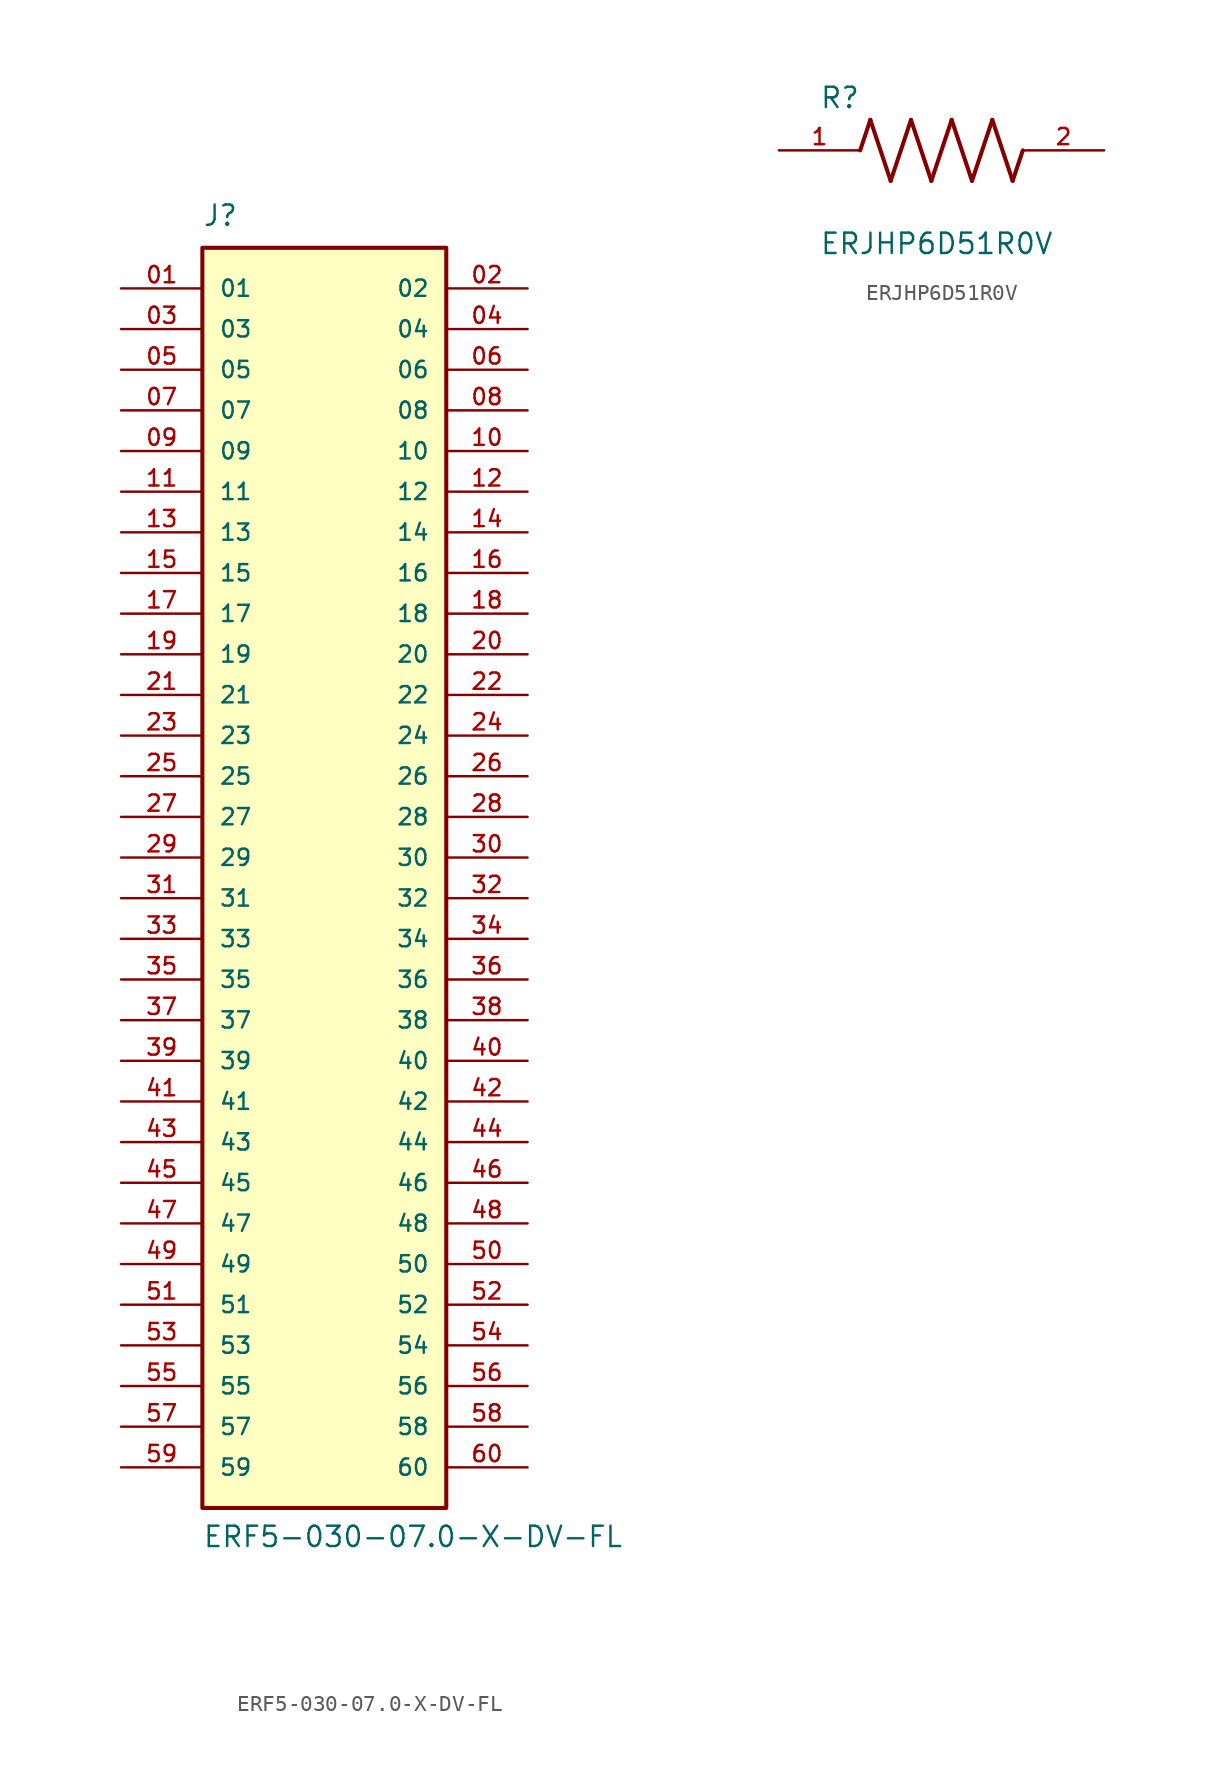
<source format=kicad_sym>
(kicad_symbol_lib
  (version 20231120)
  (generator "kicad_symbol_editor")
  (generator_version "8.0")
  (symbol "ERF5-030-07.0-X-DV-FL"
    (pin_names
      (offset 1.016))
    (property "Reference" "J"
      (at -7.62 39.37 0)
      (effects (font (size 1.27 1.27)) (justify left bottom)))
    (property "Value" "ERF5-030-07.0-X-DV-FL"
      (at -7.62 -43.18 0)
      (effects (font (size 1.27 1.27)) (justify left bottom)))
    (symbol "ERF5-030-07.0-X-DV-FL_0_0"
      (rectangle (start -7.62 -40.64) (end 7.62 38.1) (stroke (width 0.254) (type default)) (fill (type background)))
      (pin passive line (at -12.7 35.56 0) (length 5.08) (name "01" (effects (font (size 1.016 1.016)))) (number "01" (effects (font (size 1.016 1.016)))))
      (pin passive line (at 12.7 35.56 180) (length 5.08) (name "02" (effects (font (size 1.016 1.016)))) (number "02" (effects (font (size 1.016 1.016)))))
      (pin passive line (at -12.7 33.02 0) (length 5.08) (name "03" (effects (font (size 1.016 1.016)))) (number "03" (effects (font (size 1.016 1.016)))))
      (pin passive line (at 12.7 33.02 180) (length 5.08) (name "04" (effects (font (size 1.016 1.016)))) (number "04" (effects (font (size 1.016 1.016)))))
      (pin passive line (at -12.7 30.48 0) (length 5.08) (name "05" (effects (font (size 1.016 1.016)))) (number "05" (effects (font (size 1.016 1.016)))))
      (pin passive line (at 12.7 30.48 180) (length 5.08) (name "06" (effects (font (size 1.016 1.016)))) (number "06" (effects (font (size 1.016 1.016)))))
      (pin passive line (at -12.7 27.94 0) (length 5.08) (name "07" (effects (font (size 1.016 1.016)))) (number "07" (effects (font (size 1.016 1.016)))))
      (pin passive line (at 12.7 27.94 180) (length 5.08) (name "08" (effects (font (size 1.016 1.016)))) (number "08" (effects (font (size 1.016 1.016)))))
      (pin passive line (at -12.7 25.4 0) (length 5.08) (name "09" (effects (font (size 1.016 1.016)))) (number "09" (effects (font (size 1.016 1.016)))))
      (pin passive line (at 12.7 25.4 180) (length 5.08) (name "10" (effects (font (size 1.016 1.016)))) (number "10" (effects (font (size 1.016 1.016)))))
      (pin passive line (at -12.7 22.86 0) (length 5.08) (name "11" (effects (font (size 1.016 1.016)))) (number "11" (effects (font (size 1.016 1.016)))))
      (pin passive line (at 12.7 22.86 180) (length 5.08) (name "12" (effects (font (size 1.016 1.016)))) (number "12" (effects (font (size 1.016 1.016)))))
      (pin passive line (at -12.7 20.32 0) (length 5.08) (name "13" (effects (font (size 1.016 1.016)))) (number "13" (effects (font (size 1.016 1.016)))))
      (pin passive line (at 12.7 20.32 180) (length 5.08) (name "14" (effects (font (size 1.016 1.016)))) (number "14" (effects (font (size 1.016 1.016)))))
      (pin passive line (at -12.7 17.78 0) (length 5.08) (name "15" (effects (font (size 1.016 1.016)))) (number "15" (effects (font (size 1.016 1.016)))))
      (pin passive line (at 12.7 17.78 180) (length 5.08) (name "16" (effects (font (size 1.016 1.016)))) (number "16" (effects (font (size 1.016 1.016)))))
      (pin passive line (at -12.7 15.24 0) (length 5.08) (name "17" (effects (font (size 1.016 1.016)))) (number "17" (effects (font (size 1.016 1.016)))))
      (pin passive line (at 12.7 15.24 180) (length 5.08) (name "18" (effects (font (size 1.016 1.016)))) (number "18" (effects (font (size 1.016 1.016)))))
      (pin passive line (at -12.7 12.7 0) (length 5.08) (name "19" (effects (font (size 1.016 1.016)))) (number "19" (effects (font (size 1.016 1.016)))))
      (pin passive line (at 12.7 12.7 180) (length 5.08) (name "20" (effects (font (size 1.016 1.016)))) (number "20" (effects (font (size 1.016 1.016)))))
      (pin passive line (at -12.7 10.16 0) (length 5.08) (name "21" (effects (font (size 1.016 1.016)))) (number "21" (effects (font (size 1.016 1.016)))))
      (pin passive line (at 12.7 10.16 180) (length 5.08) (name "22" (effects (font (size 1.016 1.016)))) (number "22" (effects (font (size 1.016 1.016)))))
      (pin passive line (at -12.7 7.62 0) (length 5.08) (name "23" (effects (font (size 1.016 1.016)))) (number "23" (effects (font (size 1.016 1.016)))))
      (pin passive line (at 12.7 7.62 180) (length 5.08) (name "24" (effects (font (size 1.016 1.016)))) (number "24" (effects (font (size 1.016 1.016)))))
      (pin passive line (at -12.7 5.08 0) (length 5.08) (name "25" (effects (font (size 1.016 1.016)))) (number "25" (effects (font (size 1.016 1.016)))))
      (pin passive line (at 12.7 5.08 180) (length 5.08) (name "26" (effects (font (size 1.016 1.016)))) (number "26" (effects (font (size 1.016 1.016)))))
      (pin passive line (at -12.7 2.54 0) (length 5.08) (name "27" (effects (font (size 1.016 1.016)))) (number "27" (effects (font (size 1.016 1.016)))))
      (pin passive line (at 12.7 2.54 180) (length 5.08) (name "28" (effects (font (size 1.016 1.016)))) (number "28" (effects (font (size 1.016 1.016)))))
      (pin passive line (at -12.7 0 0) (length 5.08) (name "29" (effects (font (size 1.016 1.016)))) (number "29" (effects (font (size 1.016 1.016)))))
      (pin passive line (at 12.7 0 180) (length 5.08) (name "30" (effects (font (size 1.016 1.016)))) (number "30" (effects (font (size 1.016 1.016)))))
      (pin passive line (at -12.7 -2.54 0) (length 5.08) (name "31" (effects (font (size 1.016 1.016)))) (number "31" (effects (font (size 1.016 1.016)))))
      (pin passive line (at 12.7 -2.54 180) (length 5.08) (name "32" (effects (font (size 1.016 1.016)))) (number "32" (effects (font (size 1.016 1.016)))))
      (pin passive line (at -12.7 -5.08 0) (length 5.08) (name "33" (effects (font (size 1.016 1.016)))) (number "33" (effects (font (size 1.016 1.016)))))
      (pin passive line (at 12.7 -5.08 180) (length 5.08) (name "34" (effects (font (size 1.016 1.016)))) (number "34" (effects (font (size 1.016 1.016)))))
      (pin passive line (at -12.7 -7.62 0) (length 5.08) (name "35" (effects (font (size 1.016 1.016)))) (number "35" (effects (font (size 1.016 1.016)))))
      (pin passive line (at 12.7 -7.62 180) (length 5.08) (name "36" (effects (font (size 1.016 1.016)))) (number "36" (effects (font (size 1.016 1.016)))))
      (pin passive line (at -12.7 -10.16 0) (length 5.08) (name "37" (effects (font (size 1.016 1.016)))) (number "37" (effects (font (size 1.016 1.016)))))
      (pin passive line (at 12.7 -10.16 180) (length 5.08) (name "38" (effects (font (size 1.016 1.016)))) (number "38" (effects (font (size 1.016 1.016)))))
      (pin passive line (at -12.7 -12.7 0) (length 5.08) (name "39" (effects (font (size 1.016 1.016)))) (number "39" (effects (font (size 1.016 1.016)))))
      (pin passive line (at 12.7 -12.7 180) (length 5.08) (name "40" (effects (font (size 1.016 1.016)))) (number "40" (effects (font (size 1.016 1.016)))))
      (pin passive line (at -12.7 -15.24 0) (length 5.08) (name "41" (effects (font (size 1.016 1.016)))) (number "41" (effects (font (size 1.016 1.016)))))
      (pin passive line (at 12.7 -15.24 180) (length 5.08) (name "42" (effects (font (size 1.016 1.016)))) (number "42" (effects (font (size 1.016 1.016)))))
      (pin passive line (at -12.7 -17.78 0) (length 5.08) (name "43" (effects (font (size 1.016 1.016)))) (number "43" (effects (font (size 1.016 1.016)))))
      (pin passive line (at 12.7 -17.78 180) (length 5.08) (name "44" (effects (font (size 1.016 1.016)))) (number "44" (effects (font (size 1.016 1.016)))))
      (pin passive line (at -12.7 -20.32 0) (length 5.08) (name "45" (effects (font (size 1.016 1.016)))) (number "45" (effects (font (size 1.016 1.016)))))
      (pin passive line (at 12.7 -20.32 180) (length 5.08) (name "46" (effects (font (size 1.016 1.016)))) (number "46" (effects (font (size 1.016 1.016)))))
      (pin passive line (at -12.7 -22.86 0) (length 5.08) (name "47" (effects (font (size 1.016 1.016)))) (number "47" (effects (font (size 1.016 1.016)))))
      (pin passive line (at 12.7 -22.86 180) (length 5.08) (name "48" (effects (font (size 1.016 1.016)))) (number "48" (effects (font (size 1.016 1.016)))))
      (pin passive line (at -12.7 -25.4 0) (length 5.08) (name "49" (effects (font (size 1.016 1.016)))) (number "49" (effects (font (size 1.016 1.016)))))
      (pin passive line (at 12.7 -25.4 180) (length 5.08) (name "50" (effects (font (size 1.016 1.016)))) (number "50" (effects (font (size 1.016 1.016)))))
      (pin passive line (at -12.7 -27.94 0) (length 5.08) (name "51" (effects (font (size 1.016 1.016)))) (number "51" (effects (font (size 1.016 1.016)))))
      (pin passive line (at 12.7 -27.94 180) (length 5.08) (name "52" (effects (font (size 1.016 1.016)))) (number "52" (effects (font (size 1.016 1.016)))))
      (pin passive line (at -12.7 -30.48 0) (length 5.08) (name "53" (effects (font (size 1.016 1.016)))) (number "53" (effects (font (size 1.016 1.016)))))
      (pin passive line (at 12.7 -30.48 180) (length 5.08) (name "54" (effects (font (size 1.016 1.016)))) (number "54" (effects (font (size 1.016 1.016)))))
      (pin passive line (at -12.7 -33.02 0) (length 5.08) (name "55" (effects (font (size 1.016 1.016)))) (number "55" (effects (font (size 1.016 1.016)))))
      (pin passive line (at 12.7 -33.02 180) (length 5.08) (name "56" (effects (font (size 1.016 1.016)))) (number "56" (effects (font (size 1.016 1.016)))))
      (pin passive line (at -12.7 -35.56 0) (length 5.08) (name "57" (effects (font (size 1.016 1.016)))) (number "57" (effects (font (size 1.016 1.016)))))
      (pin passive line (at 12.7 -35.56 180) (length 5.08) (name "58" (effects (font (size 1.016 1.016)))) (number "58" (effects (font (size 1.016 1.016)))))
      (pin passive line (at -12.7 -38.1 0) (length 5.08) (name "59" (effects (font (size 1.016 1.016)))) (number "59" (effects (font (size 1.016 1.016)))))
      (pin passive line (at 12.7 -38.1 180) (length 5.08) (name "60" (effects (font (size 1.016 1.016)))) (number "60" (effects (font (size 1.016 1.016)))))))
  (symbol "ERJHP6D51R0V"
    (pin_names
      (offset 1.016))
    (property "Reference" "R"
      (at -7.624 2.541 0)
      (effects (font (size 1.27 1.27)) (justify left bottom)))
    (property "Value" "ERJHP6D51R0V"
      (at -7.624 -5.087 0)
      (effects (font (size 1.27 1.27)) (justify left top)))
    (symbol "ERJHP6D51R0V_0_0"
      (polyline (pts (xy -5.08 0) (xy -4.445 1.905)) (stroke (width 0.254) (type default)) (fill (type none)))
      (polyline (pts (xy -4.445 1.905) (xy -3.175 -1.905)) (stroke (width 0.254) (type default)) (fill (type none)))
      (polyline (pts (xy -3.175 -1.905) (xy -1.905 1.905)) (stroke (width 0.254) (type default)) (fill (type none)))
      (polyline (pts (xy -1.905 1.905) (xy -0.635 -1.905)) (stroke (width 0.254) (type default)) (fill (type none)))
      (polyline (pts (xy -0.635 -1.905) (xy 0.635 1.905)) (stroke (width 0.254) (type default)) (fill (type none)))
      (polyline (pts (xy 0.635 1.905) (xy 1.905 -1.905)) (stroke (width 0.254) (type default)) (fill (type none)))
      (polyline (pts (xy 1.905 -1.905) (xy 3.175 1.905)) (stroke (width 0.254) (type default)) (fill (type none)))
      (polyline (pts (xy 3.175 1.905) (xy 4.445 -1.905)) (stroke (width 0.254) (type default)) (fill (type none)))
      (polyline (pts (xy 4.445 -1.905) (xy 5.08 0)) (stroke (width 0.254) (type default)) (fill (type none)))
      (pin passive line (at -10.16 0 0) (length 5.08) (name "~" (effects (font (size 1.016 1.016)))) (number "1" (effects (font (size 1.016 1.016)))))
      (pin passive line (at 10.16 0 180) (length 5.08) (name "~" (effects (font (size 1.016 1.016)))) (number "2" (effects (font (size 1.016 1.016))))))))
</source>
